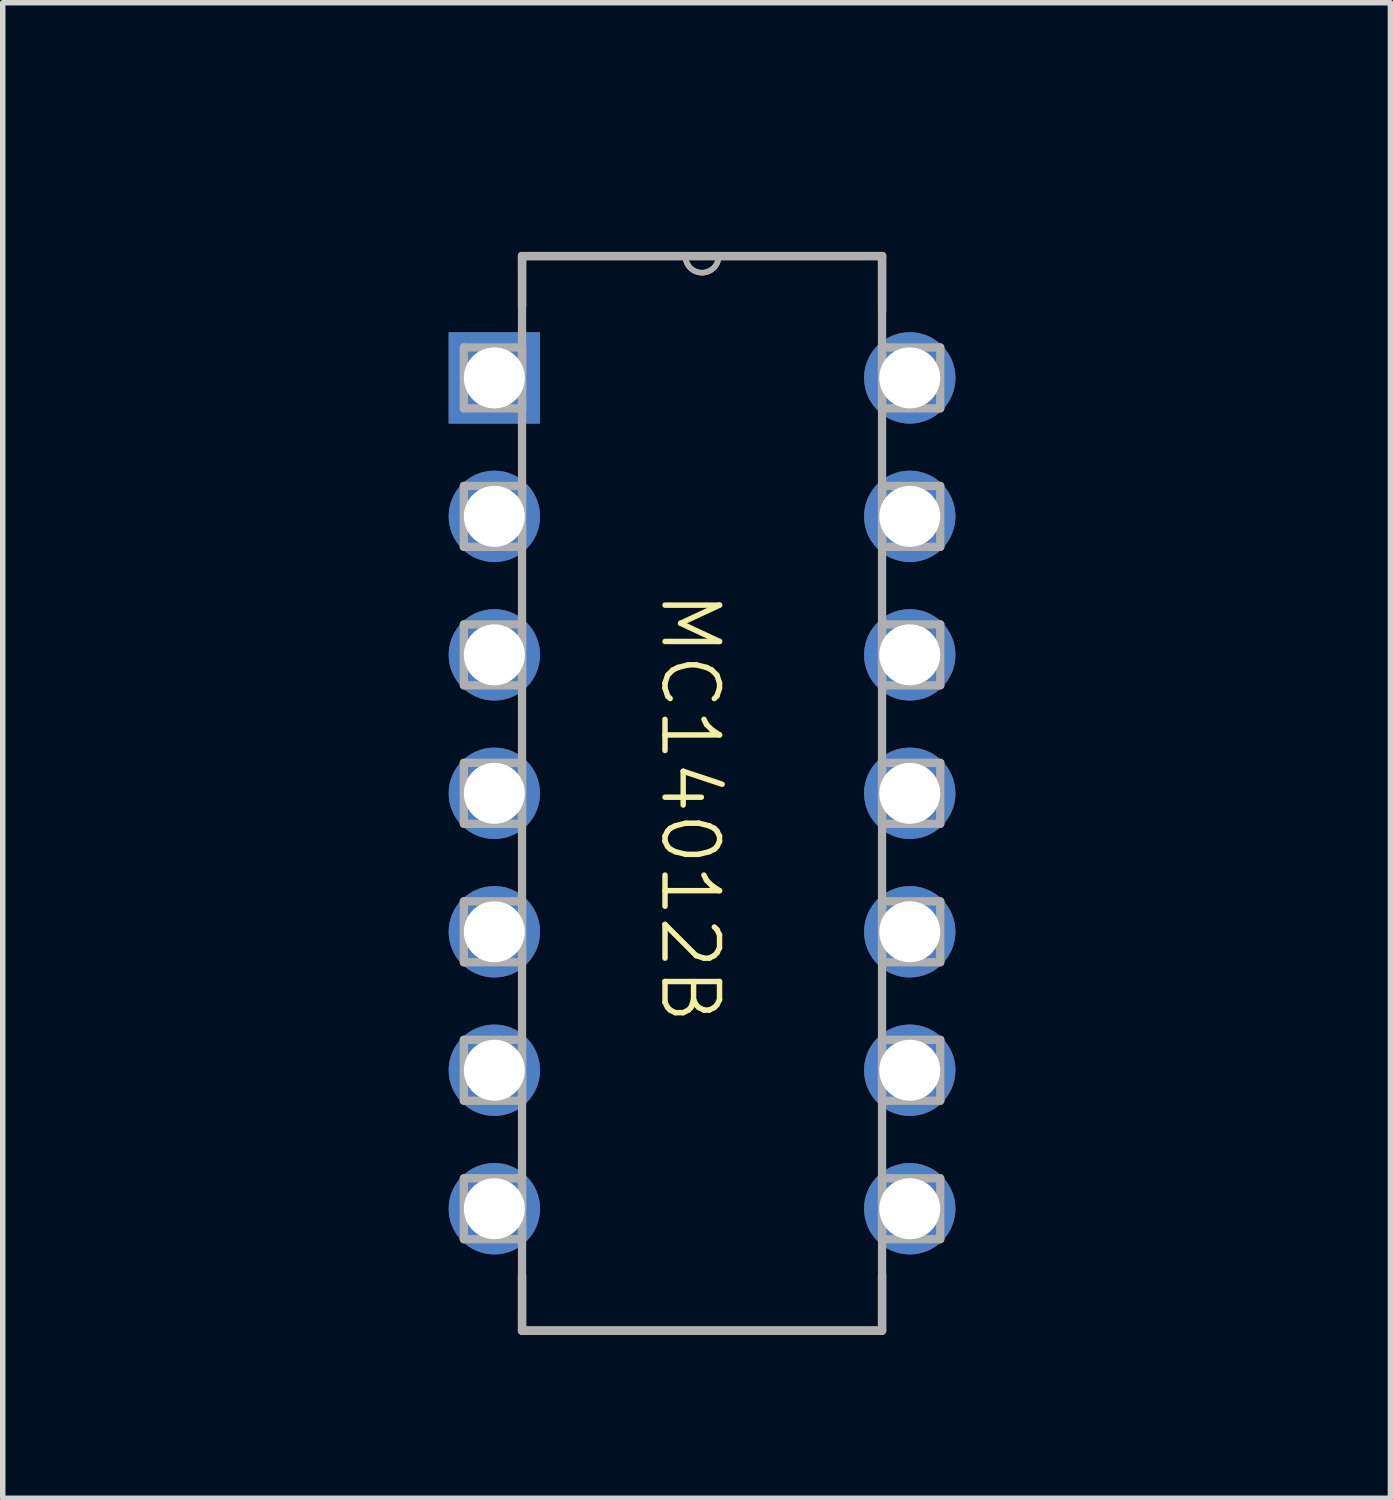
<source format=kicad_pcb>
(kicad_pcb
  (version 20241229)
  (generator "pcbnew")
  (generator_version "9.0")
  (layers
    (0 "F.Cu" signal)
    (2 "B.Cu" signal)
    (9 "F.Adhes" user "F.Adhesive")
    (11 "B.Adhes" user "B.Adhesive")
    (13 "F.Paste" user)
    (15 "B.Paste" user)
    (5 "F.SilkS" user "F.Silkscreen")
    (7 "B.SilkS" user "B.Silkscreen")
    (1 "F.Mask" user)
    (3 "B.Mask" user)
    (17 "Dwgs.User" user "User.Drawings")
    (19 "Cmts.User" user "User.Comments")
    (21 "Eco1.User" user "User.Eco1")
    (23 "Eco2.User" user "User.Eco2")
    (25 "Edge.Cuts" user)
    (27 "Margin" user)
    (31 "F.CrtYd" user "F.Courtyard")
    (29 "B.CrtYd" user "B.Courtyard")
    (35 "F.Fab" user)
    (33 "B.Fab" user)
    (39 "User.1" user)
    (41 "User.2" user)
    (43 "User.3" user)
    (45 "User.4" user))
  (footprint "MC14012B"
    (layer "F.Cu")
    (at 9.656 11.556)
    (property "Reference" "MC14012B" (at 0.635 -10.795 0) (unlocked yes) (layer "User.1") (effects (font (size 1 1) (thickness 0.1))))
    (attr through_hole)
    (fp_line (start -3.13 -9.909) (end -3.13 -8.994) (stroke (width 0.152) (type solid)) (layer "F.SilkS"))
    (fp_line (start -3.13 8.786) (end -3.13 9.802) (stroke (width 0.152) (type solid)) (layer "F.SilkS"))
    (fp_line (start -3.13 9.802) (end 3.474 9.802) (stroke (width 0.152) (type solid)) (layer "F.SilkS"))
    (fp_line (start -0.133 -9.909) (end -3.13 -9.909) (stroke (width 0.152) (type solid)) (layer "F.SilkS"))
    (fp_line (start 0.477 -9.909) (end -0.133 -9.909) (stroke (width 0.152) (type solid)) (layer "F.SilkS"))
    (fp_line (start 3.474 -9.909) (end 0.477 -9.909) (stroke (width 0.152) (type solid)) (layer "F.SilkS"))
    (fp_line (start 3.474 -8.893) (end 3.474 -9.909) (stroke (width 0.152) (type solid)) (layer "F.SilkS"))
    (fp_line (start 3.474 9.802) (end 3.474 8.786) (stroke (width 0.152) (type solid)) (layer "F.SilkS"))
    (fp_arc (start 0.47655 -9.90889) (mid 0.17175 -9.60409) (end -0.13305 -9.90889) (stroke (width 0.1) (type solid)) (layer "F.SilkS"))
    (fp_line (start -4.197 -8.232) (end -4.197 -7.115) (stroke (width 0.152) (type solid)) (layer "F.Fab"))
    (fp_line (start -4.197 -7.115) (end -3.13 -7.115) (stroke (width 0.152) (type solid)) (layer "F.Fab"))
    (fp_line (start -4.197 -5.692) (end -4.197 -4.575) (stroke (width 0.152) (type solid)) (layer "F.Fab"))
    (fp_line (start -4.197 -4.575) (end -3.13 -4.575) (stroke (width 0.152) (type solid)) (layer "F.Fab"))
    (fp_line (start -4.197 -3.152) (end -4.197 -2.035) (stroke (width 0.152) (type solid)) (layer "F.Fab"))
    (fp_line (start -4.197 -2.035) (end -3.13 -2.035) (stroke (width 0.152) (type solid)) (layer "F.Fab"))
    (fp_line (start -4.197 -0.612) (end -4.197 0.505) (stroke (width 0.152) (type solid)) (layer "F.Fab"))
    (fp_line (start -4.197 0.505) (end -3.13 0.505) (stroke (width 0.152) (type solid)) (layer "F.Fab"))
    (fp_line (start -4.197 1.928) (end -4.197 3.045) (stroke (width 0.152) (type solid)) (layer "F.Fab"))
    (fp_line (start -4.197 3.045) (end -3.13 3.045) (stroke (width 0.152) (type solid)) (layer "F.Fab"))
    (fp_line (start -4.197 4.468) (end -4.197 5.585) (stroke (width 0.152) (type solid)) (layer "F.Fab"))
    (fp_line (start -4.197 5.585) (end -3.13 5.585) (stroke (width 0.152) (type solid)) (layer "F.Fab"))
    (fp_line (start -4.197 7.008) (end -4.197 8.125) (stroke (width 0.152) (type solid)) (layer "F.Fab"))
    (fp_line (start -4.197 8.125) (end -3.13 8.125) (stroke (width 0.152) (type solid)) (layer "F.Fab"))
    (fp_line (start -3.13 -9.909) (end -3.13 9.802) (stroke (width 0.152) (type solid)) (layer "F.Fab"))
    (fp_line (start -3.13 -8.232) (end -4.197 -8.232) (stroke (width 0.152) (type solid)) (layer "F.Fab"))
    (fp_line (start -3.13 -7.115) (end -3.13 -8.232) (stroke (width 0.152) (type solid)) (layer "F.Fab"))
    (fp_line (start -3.13 -5.692) (end -4.197 -5.692) (stroke (width 0.152) (type solid)) (layer "F.Fab"))
    (fp_line (start -3.13 -4.575) (end -3.13 -5.692) (stroke (width 0.152) (type solid)) (layer "F.Fab"))
    (fp_line (start -3.13 -3.152) (end -4.197 -3.152) (stroke (width 0.152) (type solid)) (layer "F.Fab"))
    (fp_line (start -3.13 -2.035) (end -3.13 -3.152) (stroke (width 0.152) (type solid)) (layer "F.Fab"))
    (fp_line (start -3.13 -0.612) (end -4.197 -0.612) (stroke (width 0.152) (type solid)) (layer "F.Fab"))
    (fp_line (start -3.13 0.505) (end -3.13 -0.612) (stroke (width 0.152) (type solid)) (layer "F.Fab"))
    (fp_line (start -3.13 1.928) (end -4.197 1.928) (stroke (width 0.152) (type solid)) (layer "F.Fab"))
    (fp_line (start -3.13 3.045) (end -3.13 1.928) (stroke (width 0.152) (type solid)) (layer "F.Fab"))
    (fp_line (start -3.13 4.468) (end -4.197 4.468) (stroke (width 0.152) (type solid)) (layer "F.Fab"))
    (fp_line (start -3.13 5.585) (end -3.13 4.468) (stroke (width 0.152) (type solid)) (layer "F.Fab"))
    (fp_line (start -3.13 7.008) (end -4.197 7.008) (stroke (width 0.152) (type solid)) (layer "F.Fab"))
    (fp_line (start -3.13 8.125) (end -3.13 7.008) (stroke (width 0.152) (type solid)) (layer "F.Fab"))
    (fp_line (start -3.13 9.802) (end 3.474 9.802) (stroke (width 0.152) (type solid)) (layer "F.Fab"))
    (fp_line (start -0.133 -9.909) (end -3.13 -9.909) (stroke (width 0.152) (type solid)) (layer "F.Fab"))
    (fp_line (start 0.477 -9.909) (end -0.133 -9.909) (stroke (width 0.152) (type solid)) (layer "F.Fab"))
    (fp_line (start 3.474 -9.909) (end 0.477 -9.909) (stroke (width 0.152) (type solid)) (layer "F.Fab"))
    (fp_line (start 3.474 -8.232) (end 3.474 -7.115) (stroke (width 0.152) (type solid)) (layer "F.Fab"))
    (fp_line (start 3.474 -7.115) (end 4.541 -7.115) (stroke (width 0.152) (type solid)) (layer "F.Fab"))
    (fp_line (start 3.474 -5.692) (end 3.474 -4.575) (stroke (width 0.152) (type solid)) (layer "F.Fab"))
    (fp_line (start 3.474 -4.575) (end 4.541 -4.575) (stroke (width 0.152) (type solid)) (layer "F.Fab"))
    (fp_line (start 3.474 -3.152) (end 3.474 -2.035) (stroke (width 0.152) (type solid)) (layer "F.Fab"))
    (fp_line (start 3.474 -2.035) (end 4.541 -2.035) (stroke (width 0.152) (type solid)) (layer "F.Fab"))
    (fp_line (start 3.474 -0.612) (end 3.474 0.505) (stroke (width 0.152) (type solid)) (layer "F.Fab"))
    (fp_line (start 3.474 0.505) (end 4.541 0.505) (stroke (width 0.152) (type solid)) (layer "F.Fab"))
    (fp_line (start 3.474 1.928) (end 3.474 3.045) (stroke (width 0.152) (type solid)) (layer "F.Fab"))
    (fp_line (start 3.474 3.045) (end 4.541 3.045) (stroke (width 0.152) (type solid)) (layer "F.Fab"))
    (fp_line (start 3.474 4.468) (end 3.474 5.585) (stroke (width 0.152) (type solid)) (layer "F.Fab"))
    (fp_line (start 3.474 5.585) (end 4.541 5.585) (stroke (width 0.152) (type solid)) (layer "F.Fab"))
    (fp_line (start 3.474 7.008) (end 3.474 8.125) (stroke (width 0.152) (type solid)) (layer "F.Fab"))
    (fp_line (start 3.474 8.125) (end 4.541 8.125) (stroke (width 0.152) (type solid)) (layer "F.Fab"))
    (fp_line (start 3.474 9.802) (end 3.474 -9.909) (stroke (width 0.152) (type solid)) (layer "F.Fab"))
    (fp_line (start 4.541 -8.232) (end 3.474 -8.232) (stroke (width 0.152) (type solid)) (layer "F.Fab"))
    (fp_line (start 4.541 -7.115) (end 4.541 -8.232) (stroke (width 0.152) (type solid)) (layer "F.Fab"))
    (fp_line (start 4.541 -5.692) (end 3.474 -5.692) (stroke (width 0.152) (type solid)) (layer "F.Fab"))
    (fp_line (start 4.541 -4.575) (end 4.541 -5.692) (stroke (width 0.152) (type solid)) (layer "F.Fab"))
    (fp_line (start 4.541 -3.152) (end 3.474 -3.152) (stroke (width 0.152) (type solid)) (layer "F.Fab"))
    (fp_line (start 4.541 -2.035) (end 4.541 -3.152) (stroke (width 0.152) (type solid)) (layer "F.Fab"))
    (fp_line (start 4.541 -0.612) (end 3.474 -0.612) (stroke (width 0.152) (type solid)) (layer "F.Fab"))
    (fp_line (start 4.541 0.505) (end 4.541 -0.612) (stroke (width 0.152) (type solid)) (layer "F.Fab"))
    (fp_line (start 4.541 1.928) (end 3.474 1.928) (stroke (width 0.152) (type solid)) (layer "F.Fab"))
    (fp_line (start 4.541 3.045) (end 4.541 1.928) (stroke (width 0.152) (type solid)) (layer "F.Fab"))
    (fp_line (start 4.541 4.468) (end 3.474 4.468) (stroke (width 0.152) (type solid)) (layer "F.Fab"))
    (fp_line (start 4.541 5.585) (end 4.541 4.468) (stroke (width 0.152) (type solid)) (layer "F.Fab"))
    (fp_line (start 4.541 7.008) (end 3.474 7.008) (stroke (width 0.152) (type solid)) (layer "F.Fab"))
    (fp_line (start 4.541 8.125) (end 4.541 7.008) (stroke (width 0.152) (type solid)) (layer "F.Fab"))
    (fp_arc (start 0.47655 -9.90889) (mid 0.17175 -9.60409) (end -0.13305 -9.90889) (stroke (width 0.1) (type solid)) (layer "F.Fab"))
    (fp_text user "MC14012B" (at -0.635 -3.81 270) (unlocked yes) (layer "F.SilkS") (effects (font (size 1 1) (thickness 0.1)) (justify left bottom)))
    (fp_text user "IN_1A" (at -5.08 -4.445 0) (unlocked yes) (layer "User.1") (effects (font (size 1 1) (thickness 0.1)) (justify right bottom)))
    (fp_text user "NC" (at 5.08 8.255 0) (unlocked yes) (layer "User.1") (effects (font (size 1 1) (thickness 0.1)) (justify left bottom)))
    (fp_text user "OUT_A" (at -5.08 -6.985 0) (unlocked yes) (layer "User.1") (effects (font (size 1 1) (thickness 0.1)) (justify right bottom)))
    (fp_text user "OUT_B" (at 5.08 -4.445 0) (unlocked yes) (layer "User.1") (effects (font (size 1 1) (thickness 0.1)) (justify left bottom)))
    (fp_text user "VDD" (at 5.08 -6.985 0) (unlocked yes) (layer "User.1") (effects (font (size 1 1) (thickness 0.1)) (justify left bottom)))
    (fp_text user "IN_2B" (at 5.08 3.175 0) (unlocked yes) (layer "User.1") (effects (font (size 1 1) (thickness 0.1)) (justify left bottom)))
    (fp_text user "NC" (at -5.08 5.715 0) (unlocked yes) (layer "User.1") (effects (font (size 1 1) (thickness 0.1)) (justify right bottom)))
    (fp_text user "IN_4A" (at -5.08 3.175 0) (unlocked yes) (layer "User.1") (effects (font (size 1 1) (thickness 0.1)) (justify right bottom)))
    (fp_text user "IN_3B" (at 5.08 0.635 0) (unlocked yes) (layer "User.1") (effects (font (size 1 1) (thickness 0.1)) (justify left bottom)))
    (fp_text user "IN_3A" (at -5.08 0.635 0) (unlocked yes) (layer "User.1") (effects (font (size 1 1) (thickness 0.1)) (justify right bottom)))
    (fp_text user "IN_1B" (at 5.08 5.715 0) (unlocked yes) (layer "User.1") (effects (font (size 1 1) (thickness 0.1)) (justify left bottom)))
    (fp_text user "VSS" (at -5.08 8.255 0) (unlocked yes) (layer "User.1") (effects (font (size 1 1) (thickness 0.1)) (justify right bottom)))
    (fp_text user "IN_2A" (at -5.08 -1.905 0) (unlocked yes) (layer "User.1") (effects (font (size 1 1) (thickness 0.1)) (justify right bottom)))
    (fp_text user "IN_4B" (at 5.08 -1.905 0) (unlocked yes) (layer "User.1") (effects (font (size 1 1) (thickness 0.1)) (justify left bottom)))
    (pad "1" thru_hole rect (at -3.638 -7.674) (size 1.676 1.676) (drill 1.118) (layers "*.Cu" "*.Mask"))
    (pad "2" thru_hole circle (at -3.638 -5.134) (size 1.676 1.676) (drill 1.118) (layers "*.Cu" "*.Mask"))
    (pad "3" thru_hole circle (at -3.638 -2.594) (size 1.676 1.676) (drill 1.118) (layers "*.Cu" "*.Mask"))
    (pad "4" thru_hole circle (at -3.638 -0.054) (size 1.676 1.676) (drill 1.118) (layers "*.Cu" "*.Mask"))
    (pad "5" thru_hole circle (at -3.638 2.486) (size 1.676 1.676) (drill 1.118) (layers "*.Cu" "*.Mask"))
    (pad "6" thru_hole circle (at -3.638 5.026) (size 1.676 1.676) (drill 1.118) (layers "*.Cu" "*.Mask"))
    (pad "7" thru_hole circle (at -3.638 7.566) (size 1.676 1.676) (drill 1.118) (layers "*.Cu" "*.Mask"))
    (pad "8" thru_hole circle (at 3.982 7.566) (size 1.676 1.676) (drill 1.118) (layers "*.Cu" "*.Mask"))
    (pad "9" thru_hole circle (at 3.982 5.026) (size 1.676 1.676) (drill 1.118) (layers "*.Cu" "*.Mask"))
    (pad "10" thru_hole circle (at 3.982 2.486) (size 1.676 1.676) (drill 1.118) (layers "*.Cu" "*.Mask"))
    (pad "11" thru_hole circle (at 3.982 -0.054) (size 1.676 1.676) (drill 1.118) (layers "*.Cu" "*.Mask"))
    (pad "12" thru_hole circle (at 3.982 -2.594) (size 1.676 1.676) (drill 1.118) (layers "*.Cu" "*.Mask"))
    (pad "13" thru_hole circle (at 3.982 -5.134) (size 1.676 1.676) (drill 1.118) (layers "*.Cu" "*.Mask"))
    (pad "14" thru_hole circle (at 3.982 -7.674) (size 1.676 1.676) (drill 1.118) (layers "*.Cu" "*.Mask")))
  (gr_rect
    (start -3 -3)
    (end 22.455 24.433)
    (stroke (width 0.1) (type default))
    (fill no)
    (layer "Edge.Cuts")))
</source>
